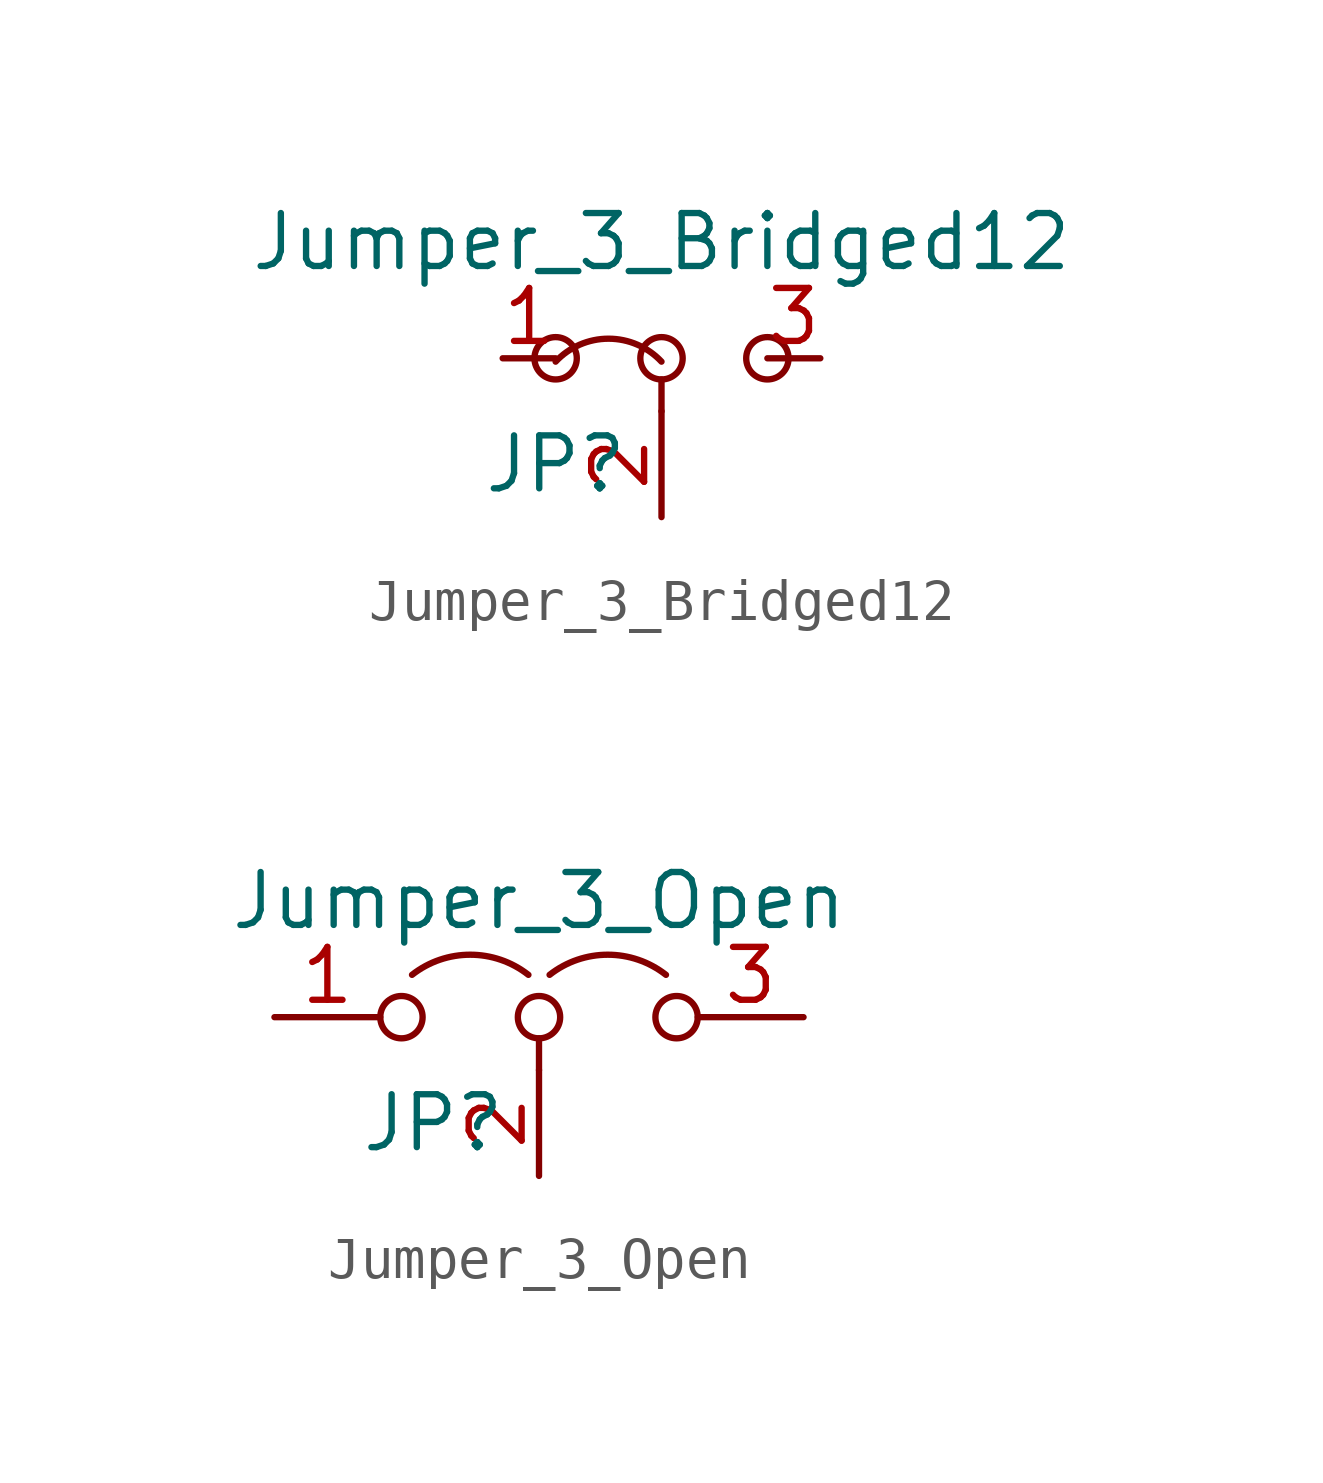
<source format=kicad_sym>
(kicad_symbol_lib
  (version 20220914)
  (generator kicad_symbol_editor)
  (symbol "Jumper_3_Bridged12"
    (pin_names
      (offset 0) hide)
    (property "Reference" "JP"
      (at -2.54 -2.54 0)
      (effects (font (size 1.27 1.27))))
    (property "Value" "Jumper_3_Bridged12"
      (at 0 2.794 0)
      (effects (font (size 1.27 1.27))))
    (symbol "Jumper_3_Bridged12_0_0"
      (circle (center -2.54 0) (radius 0.508) (stroke (width 0) (type default)) (fill (type none)))
      (circle (center 0 0) (radius 0.508) (stroke (width 0) (type default)) (fill (type none)))
      (circle (center 2.54 0) (radius 0.508) (stroke (width 0) (type default)) (fill (type none))))
    (symbol "Jumper_3_Bridged12_0_1"
      (arc (start 0 -0.0807) (mid -1.27 0.4699) (end -2.54 -0.0807) (stroke (width 0) (type default)) (fill (type none)))
      (polyline (pts (xy 0 -1.27) (xy 0 -0.508)) (stroke (width 0) (type default)) (fill (type none))))
    (symbol "Jumper_3_Bridged12_1_1"
      (pin passive line (at -3.81 0 0) (length 1.27) (name "A" (effects (font (size 1.27 1.27)))) (number "1" (effects (font (size 1.27 1.27)))))
      (pin input line (at 0 -3.81 90) (length 2.54) (name "C" (effects (font (size 1.27 1.27)))) (number "2" (effects (font (size 1.27 1.27)))))
      (pin passive line (at 3.81 0 180) (length 1.27) (name "B" (effects (font (size 1.27 1.27)))) (number "3" (effects (font (size 1.27 1.27)))))))
  (symbol "Jumper_3_Open"
    (pin_names
      (offset 0) hide)
    (property "Reference" "JP"
      (at -2.54 -2.54 0)
      (effects (font (size 1.27 1.27))))
    (property "Value" "Jumper_3_Open"
      (at 0 2.794 0)
      (effects (font (size 1.27 1.27))))
    (symbol "Jumper_3_Open_0_0"
      (circle (center -3.302 0) (radius 0.508) (stroke (width 0) (type default)) (fill (type none)))
      (circle (center 0 0) (radius 0.508) (stroke (width 0) (type default)) (fill (type none)))
      (circle (center 3.302 0) (radius 0.508) (stroke (width 0) (type default)) (fill (type none))))
    (symbol "Jumper_3_Open_0_1"
      (arc (start -0.254 1.016) (mid -1.651 1.4992) (end -3.048 1.016) (stroke (width 0) (type default)) (fill (type none)))
      (polyline (pts (xy 0 -0.508) (xy 0 -1.27)) (stroke (width 0) (type default)) (fill (type none)))
      (arc (start 3.048 1.016) (mid 1.651 1.4992) (end 0.254 1.016) (stroke (width 0) (type default)) (fill (type none))))
    (symbol "Jumper_3_Open_1_1"
      (pin passive line (at -6.35 0 0) (length 2.54) (name "A" (effects (font (size 1.27 1.27)))) (number "1" (effects (font (size 1.27 1.27)))))
      (pin input line (at 0 -3.81 90) (length 2.54) (name "C" (effects (font (size 1.27 1.27)))) (number "2" (effects (font (size 1.27 1.27)))))
      (pin passive line (at 6.35 0 180) (length 2.54) (name "B" (effects (font (size 1.27 1.27)))) (number "3" (effects (font (size 1.27 1.27))))))))
</source>
